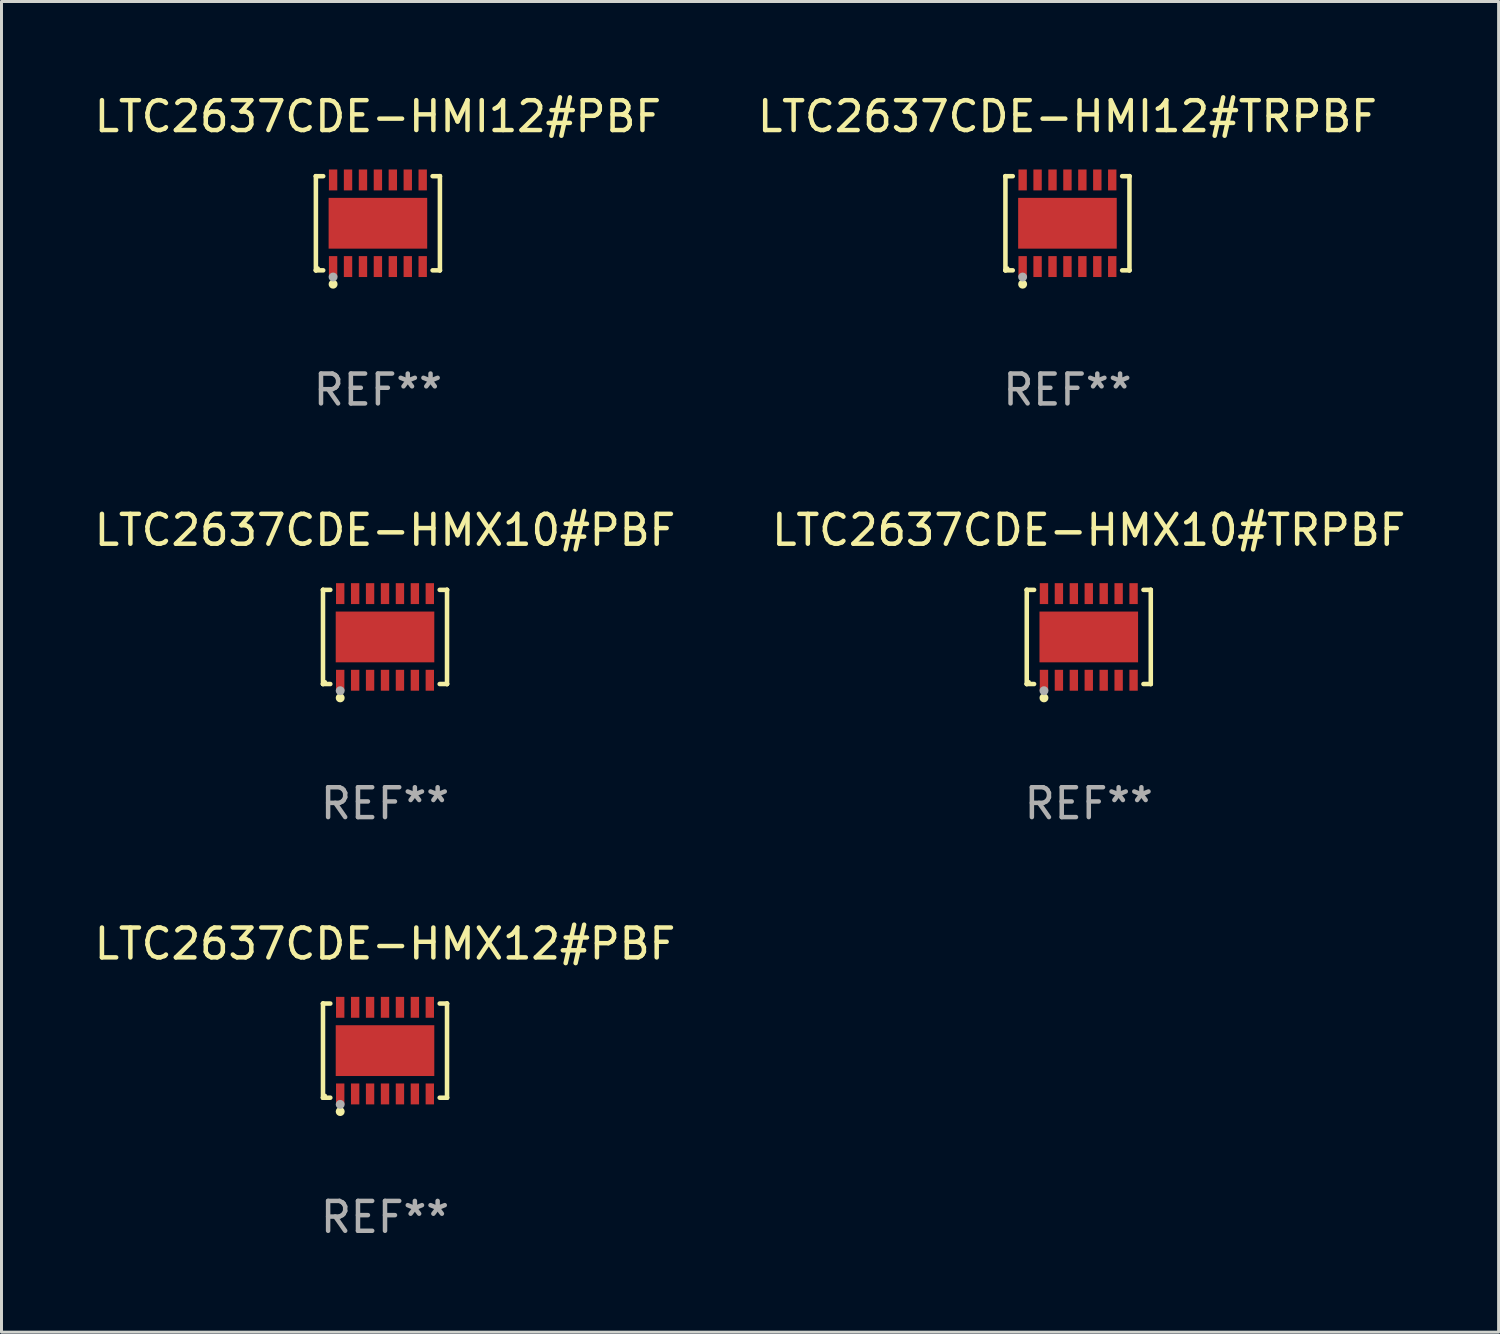
<source format=kicad_pcb>
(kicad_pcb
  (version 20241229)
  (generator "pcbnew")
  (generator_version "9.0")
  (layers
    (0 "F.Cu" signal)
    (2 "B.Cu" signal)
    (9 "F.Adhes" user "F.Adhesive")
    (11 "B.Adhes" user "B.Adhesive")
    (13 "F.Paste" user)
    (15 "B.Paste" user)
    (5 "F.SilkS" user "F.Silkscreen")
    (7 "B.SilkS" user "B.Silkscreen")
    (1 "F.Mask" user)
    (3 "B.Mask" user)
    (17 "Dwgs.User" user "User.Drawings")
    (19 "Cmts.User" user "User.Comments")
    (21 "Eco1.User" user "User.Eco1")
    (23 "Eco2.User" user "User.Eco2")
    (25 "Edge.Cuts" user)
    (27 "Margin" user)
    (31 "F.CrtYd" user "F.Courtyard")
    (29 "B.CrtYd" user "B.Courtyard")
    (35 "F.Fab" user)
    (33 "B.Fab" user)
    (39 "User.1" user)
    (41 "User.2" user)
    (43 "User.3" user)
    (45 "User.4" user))
  (footprint "LTC2637CDE-HMX12#PBF"
    (layer "F.Cu")
    (at 9.839 32.122)
    (property "Reference" "LTC2637CDE-HMX12#PBF" (at 0 -3.576 0) (layer "F.SilkS") (effects (font (size 1 1) (thickness 0.15))))
    (attr through_hole)
    (fp_line (start -2.076 -1.576) (end -2.076 -1.576) (stroke (width 0.152) (type solid)) (layer "F.SilkS"))
    (fp_line (start -2.076 -1.576) (end -1.831 -1.576) (stroke (width 0.152) (type solid)) (layer "F.SilkS"))
    (fp_line (start -2.076 1.576) (end -2.076 -1.576) (stroke (width 0.152) (type solid)) (layer "F.SilkS"))
    (fp_line (start -2.076 1.576) (end -2.076 1.576) (stroke (width 0.152) (type solid)) (layer "F.SilkS"))
    (fp_line (start -1.831 1.576) (end -2.076 1.576) (stroke (width 0.152) (type solid)) (layer "F.SilkS"))
    (fp_line (start 1.831 1.576) (end 2.076 1.576) (stroke (width 0.152) (type solid)) (layer "F.SilkS"))
    (fp_line (start 2.076 -1.576) (end 1.831 -1.576) (stroke (width 0.152) (type solid)) (layer "F.SilkS"))
    (fp_line (start 2.076 -1.576) (end 2.076 -1.576) (stroke (width 0.152) (type solid)) (layer "F.SilkS"))
    (fp_line (start 2.076 1.576) (end 2.076 -1.576) (stroke (width 0.152) (type solid)) (layer "F.SilkS"))
    (fp_line (start 2.076 1.576) (end 2.076 1.576) (stroke (width 0.152) (type solid)) (layer "F.SilkS"))
    (fp_circle (center -2 1.5) (end -1.97 1.5) (stroke (width 0.06) (type solid)) (fill no) (layer "F.SilkS"))
    (fp_circle (center -1.5 2.04) (end -1.425 2.04) (stroke (width 0.15) (type solid)) (fill no) (layer "F.SilkS"))
    (fp_circle (center -1.5 1.8) (end -1.425 1.8) (stroke (width 0.15) (type solid)) (fill no) (layer "F.Fab"))
    (fp_text user "REF**" (at 0 5.576 0) (layer "F.Fab") (effects (font (size 1 1) (thickness 0.15))))
    (pad "1" smd rect (at -1.5 1.45) (size 0.28 0.7) (layers "F.Cu" "F.Mask" "F.Paste"))
    (pad "2" smd rect (at -1 1.45) (size 0.28 0.7) (layers "F.Cu" "F.Mask" "F.Paste"))
    (pad "3" smd rect (at -0.5 1.45) (size 0.28 0.7) (layers "F.Cu" "F.Mask" "F.Paste"))
    (pad "4" smd rect (at 0 1.45) (size 0.28 0.7) (layers "F.Cu" "F.Mask" "F.Paste"))
    (pad "5" smd rect (at 0.5 1.45) (size 0.28 0.7) (layers "F.Cu" "F.Mask" "F.Paste"))
    (pad "6" smd rect (at 1 1.45) (size 0.28 0.7) (layers "F.Cu" "F.Mask" "F.Paste"))
    (pad "7" smd rect (at 1.5 1.45) (size 0.28 0.7) (layers "F.Cu" "F.Mask" "F.Paste"))
    (pad "8" smd rect (at 1.5 -1.45) (size 0.28 0.7) (layers "F.Cu" "F.Mask" "F.Paste"))
    (pad "9" smd rect (at 1 -1.45) (size 0.28 0.7) (layers "F.Cu" "F.Mask" "F.Paste"))
    (pad "10" smd rect (at 0.5 -1.45) (size 0.28 0.7) (layers "F.Cu" "F.Mask" "F.Paste"))
    (pad "11" smd rect (at 0 -1.45) (size 0.28 0.7) (layers "F.Cu" "F.Mask" "F.Paste"))
    (pad "12" smd rect (at -0.5 -1.45) (size 0.28 0.7) (layers "F.Cu" "F.Mask" "F.Paste"))
    (pad "13" smd rect (at -1 -1.45) (size 0.28 0.7) (layers "F.Cu" "F.Mask" "F.Paste"))
    (pad "14" smd rect (at -1.5 -1.45) (size 0.28 0.7) (layers "F.Cu" "F.Mask" "F.Paste"))
    (pad "15" smd rect (at 0 0) (size 3.3 1.7) (layers "F.Cu" "F.Mask" "F.Paste")))
  (footprint "LTC2637CDE-HMX10#PBF"
    (layer "F.Cu")
    (at 9.839 18.273)
    (property "Reference" "LTC2637CDE-HMX10#PBF" (at 0 -3.576 0) (layer "F.SilkS") (effects (font (size 1 1) (thickness 0.15))))
    (attr through_hole)
    (fp_line (start -2.076 -1.576) (end -2.076 -1.576) (stroke (width 0.152) (type solid)) (layer "F.SilkS"))
    (fp_line (start -2.076 -1.576) (end -1.831 -1.576) (stroke (width 0.152) (type solid)) (layer "F.SilkS"))
    (fp_line (start -2.076 1.576) (end -2.076 -1.576) (stroke (width 0.152) (type solid)) (layer "F.SilkS"))
    (fp_line (start -2.076 1.576) (end -2.076 1.576) (stroke (width 0.152) (type solid)) (layer "F.SilkS"))
    (fp_line (start -1.831 1.576) (end -2.076 1.576) (stroke (width 0.152) (type solid)) (layer "F.SilkS"))
    (fp_line (start 1.831 1.576) (end 2.076 1.576) (stroke (width 0.152) (type solid)) (layer "F.SilkS"))
    (fp_line (start 2.076 -1.576) (end 1.831 -1.576) (stroke (width 0.152) (type solid)) (layer "F.SilkS"))
    (fp_line (start 2.076 -1.576) (end 2.076 -1.576) (stroke (width 0.152) (type solid)) (layer "F.SilkS"))
    (fp_line (start 2.076 1.576) (end 2.076 -1.576) (stroke (width 0.152) (type solid)) (layer "F.SilkS"))
    (fp_line (start 2.076 1.576) (end 2.076 1.576) (stroke (width 0.152) (type solid)) (layer "F.SilkS"))
    (fp_circle (center -2 1.5) (end -1.97 1.5) (stroke (width 0.06) (type solid)) (fill no) (layer "F.SilkS"))
    (fp_circle (center -1.5 2.04) (end -1.425 2.04) (stroke (width 0.15) (type solid)) (fill no) (layer "F.SilkS"))
    (fp_circle (center -1.5 1.8) (end -1.425 1.8) (stroke (width 0.15) (type solid)) (fill no) (layer "F.Fab"))
    (fp_text user "REF**" (at 0 5.576 0) (layer "F.Fab") (effects (font (size 1 1) (thickness 0.15))))
    (pad "1" smd rect (at -1.5 1.45) (size 0.28 0.7) (layers "F.Cu" "F.Mask" "F.Paste"))
    (pad "2" smd rect (at -1 1.45) (size 0.28 0.7) (layers "F.Cu" "F.Mask" "F.Paste"))
    (pad "3" smd rect (at -0.5 1.45) (size 0.28 0.7) (layers "F.Cu" "F.Mask" "F.Paste"))
    (pad "4" smd rect (at 0 1.45) (size 0.28 0.7) (layers "F.Cu" "F.Mask" "F.Paste"))
    (pad "5" smd rect (at 0.5 1.45) (size 0.28 0.7) (layers "F.Cu" "F.Mask" "F.Paste"))
    (pad "6" smd rect (at 1 1.45) (size 0.28 0.7) (layers "F.Cu" "F.Mask" "F.Paste"))
    (pad "7" smd rect (at 1.5 1.45) (size 0.28 0.7) (layers "F.Cu" "F.Mask" "F.Paste"))
    (pad "8" smd rect (at 1.5 -1.45) (size 0.28 0.7) (layers "F.Cu" "F.Mask" "F.Paste"))
    (pad "9" smd rect (at 1 -1.45) (size 0.28 0.7) (layers "F.Cu" "F.Mask" "F.Paste"))
    (pad "10" smd rect (at 0.5 -1.45) (size 0.28 0.7) (layers "F.Cu" "F.Mask" "F.Paste"))
    (pad "11" smd rect (at 0 -1.45) (size 0.28 0.7) (layers "F.Cu" "F.Mask" "F.Paste"))
    (pad "12" smd rect (at -0.5 -1.45) (size 0.28 0.7) (layers "F.Cu" "F.Mask" "F.Paste"))
    (pad "13" smd rect (at -1 -1.45) (size 0.28 0.7) (layers "F.Cu" "F.Mask" "F.Paste"))
    (pad "14" smd rect (at -1.5 -1.45) (size 0.28 0.7) (layers "F.Cu" "F.Mask" "F.Paste"))
    (pad "15" smd rect (at 0 0) (size 3.3 1.7) (layers "F.Cu" "F.Mask" "F.Paste")))
  (footprint "LTC2637CDE-HMX10#TRPBF"
    (layer "F.Cu")
    (at 33.399 18.273)
    (property "Reference" "LTC2637CDE-HMX10#TRPBF" (at 0 -3.576 0) (layer "F.SilkS") (effects (font (size 1 1) (thickness 0.15))))
    (attr through_hole)
    (fp_line (start -2.076 -1.576) (end -2.076 -1.576) (stroke (width 0.152) (type solid)) (layer "F.SilkS"))
    (fp_line (start -2.076 -1.576) (end -1.831 -1.576) (stroke (width 0.152) (type solid)) (layer "F.SilkS"))
    (fp_line (start -2.076 1.576) (end -2.076 -1.576) (stroke (width 0.152) (type solid)) (layer "F.SilkS"))
    (fp_line (start -2.076 1.576) (end -2.076 1.576) (stroke (width 0.152) (type solid)) (layer "F.SilkS"))
    (fp_line (start -1.831 1.576) (end -2.076 1.576) (stroke (width 0.152) (type solid)) (layer "F.SilkS"))
    (fp_line (start 1.831 1.576) (end 2.076 1.576) (stroke (width 0.152) (type solid)) (layer "F.SilkS"))
    (fp_line (start 2.076 -1.576) (end 1.831 -1.576) (stroke (width 0.152) (type solid)) (layer "F.SilkS"))
    (fp_line (start 2.076 -1.576) (end 2.076 -1.576) (stroke (width 0.152) (type solid)) (layer "F.SilkS"))
    (fp_line (start 2.076 1.576) (end 2.076 -1.576) (stroke (width 0.152) (type solid)) (layer "F.SilkS"))
    (fp_line (start 2.076 1.576) (end 2.076 1.576) (stroke (width 0.152) (type solid)) (layer "F.SilkS"))
    (fp_circle (center -2 1.5) (end -1.97 1.5) (stroke (width 0.06) (type solid)) (fill no) (layer "F.SilkS"))
    (fp_circle (center -1.5 2.04) (end -1.425 2.04) (stroke (width 0.15) (type solid)) (fill no) (layer "F.SilkS"))
    (fp_circle (center -1.5 1.8) (end -1.425 1.8) (stroke (width 0.15) (type solid)) (fill no) (layer "F.Fab"))
    (fp_text user "REF**" (at 0 5.576 0) (layer "F.Fab") (effects (font (size 1 1) (thickness 0.15))))
    (pad "1" smd rect (at -1.5 1.45) (size 0.28 0.7) (layers "F.Cu" "F.Mask" "F.Paste"))
    (pad "2" smd rect (at -1 1.45) (size 0.28 0.7) (layers "F.Cu" "F.Mask" "F.Paste"))
    (pad "3" smd rect (at -0.5 1.45) (size 0.28 0.7) (layers "F.Cu" "F.Mask" "F.Paste"))
    (pad "4" smd rect (at 0 1.45) (size 0.28 0.7) (layers "F.Cu" "F.Mask" "F.Paste"))
    (pad "5" smd rect (at 0.5 1.45) (size 0.28 0.7) (layers "F.Cu" "F.Mask" "F.Paste"))
    (pad "6" smd rect (at 1 1.45) (size 0.28 0.7) (layers "F.Cu" "F.Mask" "F.Paste"))
    (pad "7" smd rect (at 1.5 1.45) (size 0.28 0.7) (layers "F.Cu" "F.Mask" "F.Paste"))
    (pad "8" smd rect (at 1.5 -1.45) (size 0.28 0.7) (layers "F.Cu" "F.Mask" "F.Paste"))
    (pad "9" smd rect (at 1 -1.45) (size 0.28 0.7) (layers "F.Cu" "F.Mask" "F.Paste"))
    (pad "10" smd rect (at 0.5 -1.45) (size 0.28 0.7) (layers "F.Cu" "F.Mask" "F.Paste"))
    (pad "11" smd rect (at 0 -1.45) (size 0.28 0.7) (layers "F.Cu" "F.Mask" "F.Paste"))
    (pad "12" smd rect (at -0.5 -1.45) (size 0.28 0.7) (layers "F.Cu" "F.Mask" "F.Paste"))
    (pad "13" smd rect (at -1 -1.45) (size 0.28 0.7) (layers "F.Cu" "F.Mask" "F.Paste"))
    (pad "14" smd rect (at -1.5 -1.45) (size 0.28 0.7) (layers "F.Cu" "F.Mask" "F.Paste"))
    (pad "15" smd rect (at 0 0) (size 3.3 1.7) (layers "F.Cu" "F.Mask" "F.Paste")))
  (footprint "LTC2637CDE-HMI12#PBF"
    (layer "F.Cu")
    (at 9.601 4.424)
    (property "Reference" "LTC2637CDE-HMI12#PBF" (at 0 -3.576 0) (layer "F.SilkS") (effects (font (size 1 1) (thickness 0.15))))
    (attr through_hole)
    (fp_line (start -2.076 -1.576) (end -2.076 -1.576) (stroke (width 0.152) (type solid)) (layer "F.SilkS"))
    (fp_line (start -2.076 -1.576) (end -1.831 -1.576) (stroke (width 0.152) (type solid)) (layer "F.SilkS"))
    (fp_line (start -2.076 1.576) (end -2.076 -1.576) (stroke (width 0.152) (type solid)) (layer "F.SilkS"))
    (fp_line (start -2.076 1.576) (end -2.076 1.576) (stroke (width 0.152) (type solid)) (layer "F.SilkS"))
    (fp_line (start -1.831 1.576) (end -2.076 1.576) (stroke (width 0.152) (type solid)) (layer "F.SilkS"))
    (fp_line (start 1.831 1.576) (end 2.076 1.576) (stroke (width 0.152) (type solid)) (layer "F.SilkS"))
    (fp_line (start 2.076 -1.576) (end 1.831 -1.576) (stroke (width 0.152) (type solid)) (layer "F.SilkS"))
    (fp_line (start 2.076 -1.576) (end 2.076 -1.576) (stroke (width 0.152) (type solid)) (layer "F.SilkS"))
    (fp_line (start 2.076 1.576) (end 2.076 -1.576) (stroke (width 0.152) (type solid)) (layer "F.SilkS"))
    (fp_line (start 2.076 1.576) (end 2.076 1.576) (stroke (width 0.152) (type solid)) (layer "F.SilkS"))
    (fp_circle (center -2 1.5) (end -1.97 1.5) (stroke (width 0.06) (type solid)) (fill no) (layer "F.SilkS"))
    (fp_circle (center -1.5 2.04) (end -1.425 2.04) (stroke (width 0.15) (type solid)) (fill no) (layer "F.SilkS"))
    (fp_circle (center -1.5 1.8) (end -1.425 1.8) (stroke (width 0.15) (type solid)) (fill no) (layer "F.Fab"))
    (fp_text user "REF**" (at 0 5.576 0) (layer "F.Fab") (effects (font (size 1 1) (thickness 0.15))))
    (pad "1" smd rect (at -1.5 1.45) (size 0.28 0.7) (layers "F.Cu" "F.Mask" "F.Paste"))
    (pad "2" smd rect (at -1 1.45) (size 0.28 0.7) (layers "F.Cu" "F.Mask" "F.Paste"))
    (pad "3" smd rect (at -0.5 1.45) (size 0.28 0.7) (layers "F.Cu" "F.Mask" "F.Paste"))
    (pad "4" smd rect (at 0 1.45) (size 0.28 0.7) (layers "F.Cu" "F.Mask" "F.Paste"))
    (pad "5" smd rect (at 0.5 1.45) (size 0.28 0.7) (layers "F.Cu" "F.Mask" "F.Paste"))
    (pad "6" smd rect (at 1 1.45) (size 0.28 0.7) (layers "F.Cu" "F.Mask" "F.Paste"))
    (pad "7" smd rect (at 1.5 1.45) (size 0.28 0.7) (layers "F.Cu" "F.Mask" "F.Paste"))
    (pad "8" smd rect (at 1.5 -1.45) (size 0.28 0.7) (layers "F.Cu" "F.Mask" "F.Paste"))
    (pad "9" smd rect (at 1 -1.45) (size 0.28 0.7) (layers "F.Cu" "F.Mask" "F.Paste"))
    (pad "10" smd rect (at 0.5 -1.45) (size 0.28 0.7) (layers "F.Cu" "F.Mask" "F.Paste"))
    (pad "11" smd rect (at 0 -1.45) (size 0.28 0.7) (layers "F.Cu" "F.Mask" "F.Paste"))
    (pad "12" smd rect (at -0.5 -1.45) (size 0.28 0.7) (layers "F.Cu" "F.Mask" "F.Paste"))
    (pad "13" smd rect (at -1 -1.45) (size 0.28 0.7) (layers "F.Cu" "F.Mask" "F.Paste"))
    (pad "14" smd rect (at -1.5 -1.45) (size 0.28 0.7) (layers "F.Cu" "F.Mask" "F.Paste"))
    (pad "15" smd rect (at 0 0) (size 3.3 1.7) (layers "F.Cu" "F.Mask" "F.Paste")))
  (footprint "LTC2637CDE-HMI12#TRPBF"
    (layer "F.Cu")
    (at 32.685 4.424)
    (property "Reference" "LTC2637CDE-HMI12#TRPBF" (at 0 -3.576 0) (layer "F.SilkS") (effects (font (size 1 1) (thickness 0.15))))
    (attr through_hole)
    (fp_line (start -2.076 -1.576) (end -2.076 -1.576) (stroke (width 0.152) (type solid)) (layer "F.SilkS"))
    (fp_line (start -2.076 -1.576) (end -1.831 -1.576) (stroke (width 0.152) (type solid)) (layer "F.SilkS"))
    (fp_line (start -2.076 1.576) (end -2.076 -1.576) (stroke (width 0.152) (type solid)) (layer "F.SilkS"))
    (fp_line (start -2.076 1.576) (end -2.076 1.576) (stroke (width 0.152) (type solid)) (layer "F.SilkS"))
    (fp_line (start -1.831 1.576) (end -2.076 1.576) (stroke (width 0.152) (type solid)) (layer "F.SilkS"))
    (fp_line (start 1.831 1.576) (end 2.076 1.576) (stroke (width 0.152) (type solid)) (layer "F.SilkS"))
    (fp_line (start 2.076 -1.576) (end 1.831 -1.576) (stroke (width 0.152) (type solid)) (layer "F.SilkS"))
    (fp_line (start 2.076 -1.576) (end 2.076 -1.576) (stroke (width 0.152) (type solid)) (layer "F.SilkS"))
    (fp_line (start 2.076 1.576) (end 2.076 -1.576) (stroke (width 0.152) (type solid)) (layer "F.SilkS"))
    (fp_line (start 2.076 1.576) (end 2.076 1.576) (stroke (width 0.152) (type solid)) (layer "F.SilkS"))
    (fp_circle (center -2 1.5) (end -1.97 1.5) (stroke (width 0.06) (type solid)) (fill no) (layer "F.SilkS"))
    (fp_circle (center -1.5 2.04) (end -1.425 2.04) (stroke (width 0.15) (type solid)) (fill no) (layer "F.SilkS"))
    (fp_circle (center -1.5 1.8) (end -1.425 1.8) (stroke (width 0.15) (type solid)) (fill no) (layer "F.Fab"))
    (fp_text user "REF**" (at 0 5.576 0) (layer "F.Fab") (effects (font (size 1 1) (thickness 0.15))))
    (pad "1" smd rect (at -1.5 1.45) (size 0.28 0.7) (layers "F.Cu" "F.Mask" "F.Paste"))
    (pad "2" smd rect (at -1 1.45) (size 0.28 0.7) (layers "F.Cu" "F.Mask" "F.Paste"))
    (pad "3" smd rect (at -0.5 1.45) (size 0.28 0.7) (layers "F.Cu" "F.Mask" "F.Paste"))
    (pad "4" smd rect (at 0 1.45) (size 0.28 0.7) (layers "F.Cu" "F.Mask" "F.Paste"))
    (pad "5" smd rect (at 0.5 1.45) (size 0.28 0.7) (layers "F.Cu" "F.Mask" "F.Paste"))
    (pad "6" smd rect (at 1 1.45) (size 0.28 0.7) (layers "F.Cu" "F.Mask" "F.Paste"))
    (pad "7" smd rect (at 1.5 1.45) (size 0.28 0.7) (layers "F.Cu" "F.Mask" "F.Paste"))
    (pad "8" smd rect (at 1.5 -1.45) (size 0.28 0.7) (layers "F.Cu" "F.Mask" "F.Paste"))
    (pad "9" smd rect (at 1 -1.45) (size 0.28 0.7) (layers "F.Cu" "F.Mask" "F.Paste"))
    (pad "10" smd rect (at 0.5 -1.45) (size 0.28 0.7) (layers "F.Cu" "F.Mask" "F.Paste"))
    (pad "11" smd rect (at 0 -1.45) (size 0.28 0.7) (layers "F.Cu" "F.Mask" "F.Paste"))
    (pad "12" smd rect (at -0.5 -1.45) (size 0.28 0.7) (layers "F.Cu" "F.Mask" "F.Paste"))
    (pad "13" smd rect (at -1 -1.45) (size 0.28 0.7) (layers "F.Cu" "F.Mask" "F.Paste"))
    (pad "14" smd rect (at -1.5 -1.45) (size 0.28 0.7) (layers "F.Cu" "F.Mask" "F.Paste"))
    (pad "15" smd rect (at 0 0) (size 3.3 1.7) (layers "F.Cu" "F.Mask" "F.Paste")))
  (gr_rect
    (start -3 -3)
    (end 47.119 41.547)
    (stroke (width 0.1) (type default))
    (fill no)
    (layer "Edge.Cuts")))
</source>
